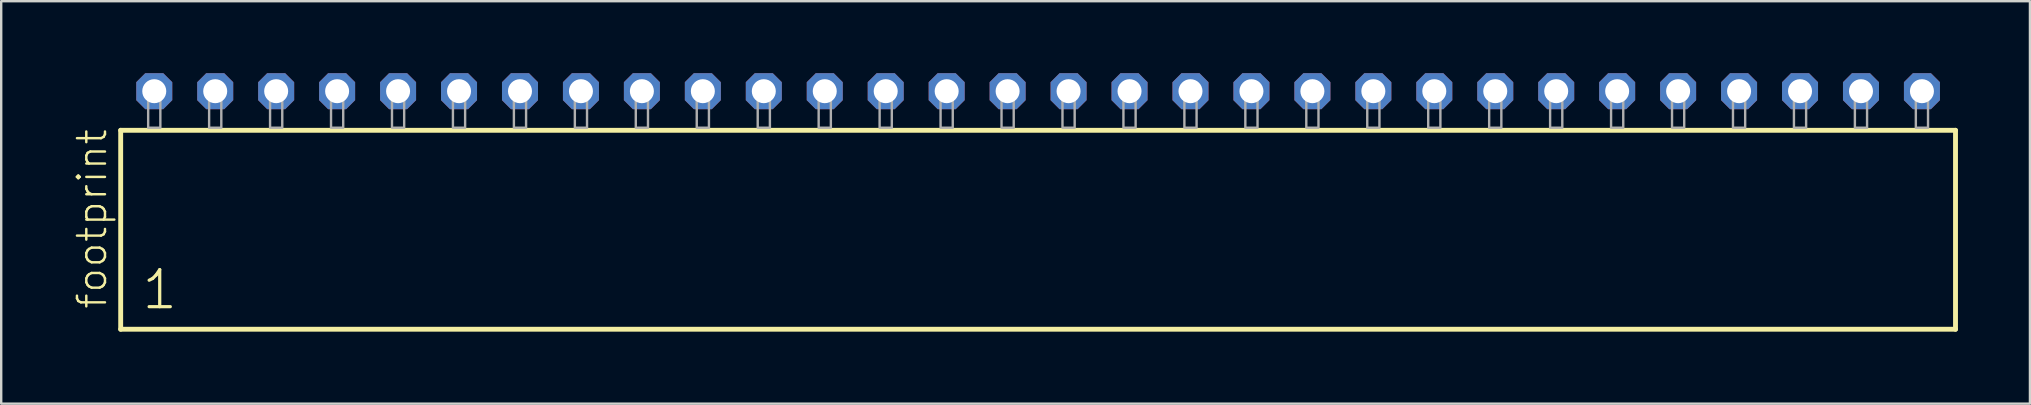
<source format=kicad_pcb>
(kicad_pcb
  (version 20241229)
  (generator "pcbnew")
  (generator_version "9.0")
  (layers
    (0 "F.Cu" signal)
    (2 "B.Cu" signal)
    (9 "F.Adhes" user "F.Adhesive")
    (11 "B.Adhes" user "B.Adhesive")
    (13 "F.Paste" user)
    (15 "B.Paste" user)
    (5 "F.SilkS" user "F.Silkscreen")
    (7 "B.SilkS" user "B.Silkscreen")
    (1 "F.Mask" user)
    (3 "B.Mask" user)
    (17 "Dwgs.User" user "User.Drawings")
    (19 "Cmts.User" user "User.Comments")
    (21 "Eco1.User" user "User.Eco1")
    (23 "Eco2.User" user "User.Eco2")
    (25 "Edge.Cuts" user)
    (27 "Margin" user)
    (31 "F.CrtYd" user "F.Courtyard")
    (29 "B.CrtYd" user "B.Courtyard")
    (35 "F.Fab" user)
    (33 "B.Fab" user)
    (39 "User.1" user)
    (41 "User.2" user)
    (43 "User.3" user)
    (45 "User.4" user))
  (footprint "footprint"
    (layer "F.Cu")
    (at 40.208 2.274)
    (property "Reference" "footprint" (at -38.735 7.62 90) (layer "F.SilkS") (effects (font (size 1.168 1.168) (thickness 0.102)) (justify left bottom)))
    (fp_line (start -38.229 0.106) (end -38.229 8.396) (stroke (width 0.203) (type solid)) (layer "F.SilkS"))
    (fp_line (start -38.229 8.396) (end 38.229 8.396) (stroke (width 0.203) (type solid)) (layer "F.SilkS"))
    (fp_line (start 38.229 0.106) (end -38.229 0.106) (stroke (width 0.203) (type solid)) (layer "F.SilkS"))
    (fp_line (start 38.229 8.396) (end 38.229 0.106) (stroke (width 0.203) (type solid)) (layer "F.SilkS"))
    (fp_poly (pts (xy -37.084 0) (xy -36.576 0) (xy -36.576 -1.778) (xy -37.084 -1.778)) (stroke (width 0.1) (type solid)) (fill no) (layer "F.Fab"))
    (fp_poly (pts (xy -34.544 0) (xy -34.036 0) (xy -34.036 -1.778) (xy -34.544 -1.778)) (stroke (width 0.1) (type solid)) (fill no) (layer "F.Fab"))
    (fp_poly (pts (xy -32.004 0) (xy -31.496 0) (xy -31.496 -1.778) (xy -32.004 -1.778)) (stroke (width 0.1) (type solid)) (fill no) (layer "F.Fab"))
    (fp_poly (pts (xy -29.464 0) (xy -28.956 0) (xy -28.956 -1.778) (xy -29.464 -1.778)) (stroke (width 0.1) (type solid)) (fill no) (layer "F.Fab"))
    (fp_poly (pts (xy -26.924 0) (xy -26.416 0) (xy -26.416 -1.778) (xy -26.924 -1.778)) (stroke (width 0.1) (type solid)) (fill no) (layer "F.Fab"))
    (fp_poly (pts (xy -24.384 0) (xy -23.876 0) (xy -23.876 -1.778) (xy -24.384 -1.778)) (stroke (width 0.1) (type solid)) (fill no) (layer "F.Fab"))
    (fp_poly (pts (xy -21.844 0) (xy -21.336 0) (xy -21.336 -1.778) (xy -21.844 -1.778)) (stroke (width 0.1) (type solid)) (fill no) (layer "F.Fab"))
    (fp_poly (pts (xy -19.304 0) (xy -18.796 0) (xy -18.796 -1.778) (xy -19.304 -1.778)) (stroke (width 0.1) (type solid)) (fill no) (layer "F.Fab"))
    (fp_poly (pts (xy -16.764 0) (xy -16.256 0) (xy -16.256 -1.778) (xy -16.764 -1.778)) (stroke (width 0.1) (type solid)) (fill no) (layer "F.Fab"))
    (fp_poly (pts (xy -14.224 0) (xy -13.716 0) (xy -13.716 -1.778) (xy -14.224 -1.778)) (stroke (width 0.1) (type solid)) (fill no) (layer "F.Fab"))
    (fp_poly (pts (xy -11.684 0) (xy -11.176 0) (xy -11.176 -1.778) (xy -11.684 -1.778)) (stroke (width 0.1) (type solid)) (fill no) (layer "F.Fab"))
    (fp_poly (pts (xy -9.144 0) (xy -8.636 0) (xy -8.636 -1.778) (xy -9.144 -1.778)) (stroke (width 0.1) (type solid)) (fill no) (layer "F.Fab"))
    (fp_poly (pts (xy -6.604 0) (xy -6.096 0) (xy -6.096 -1.778) (xy -6.604 -1.778)) (stroke (width 0.1) (type solid)) (fill no) (layer "F.Fab"))
    (fp_poly (pts (xy -4.064 0) (xy -3.556 0) (xy -3.556 -1.778) (xy -4.064 -1.778)) (stroke (width 0.1) (type solid)) (fill no) (layer "F.Fab"))
    (fp_poly (pts (xy -1.524 0) (xy -1.016 0) (xy -1.016 -1.778) (xy -1.524 -1.778)) (stroke (width 0.1) (type solid)) (fill no) (layer "F.Fab"))
    (fp_poly (pts (xy 1.016 0) (xy 1.524 0) (xy 1.524 -1.778) (xy 1.016 -1.778)) (stroke (width 0.1) (type solid)) (fill no) (layer "F.Fab"))
    (fp_poly (pts (xy 3.556 0) (xy 4.064 0) (xy 4.064 -1.778) (xy 3.556 -1.778)) (stroke (width 0.1) (type solid)) (fill no) (layer "F.Fab"))
    (fp_poly (pts (xy 6.096 0) (xy 6.604 0) (xy 6.604 -1.778) (xy 6.096 -1.778)) (stroke (width 0.1) (type solid)) (fill no) (layer "F.Fab"))
    (fp_poly (pts (xy 8.636 0) (xy 9.144 0) (xy 9.144 -1.778) (xy 8.636 -1.778)) (stroke (width 0.1) (type solid)) (fill no) (layer "F.Fab"))
    (fp_poly (pts (xy 11.176 0) (xy 11.684 0) (xy 11.684 -1.778) (xy 11.176 -1.778)) (stroke (width 0.1) (type solid)) (fill no) (layer "F.Fab"))
    (fp_poly (pts (xy 13.716 0) (xy 14.224 0) (xy 14.224 -1.778) (xy 13.716 -1.778)) (stroke (width 0.1) (type solid)) (fill no) (layer "F.Fab"))
    (fp_poly (pts (xy 16.256 0) (xy 16.764 0) (xy 16.764 -1.778) (xy 16.256 -1.778)) (stroke (width 0.1) (type solid)) (fill no) (layer "F.Fab"))
    (fp_poly (pts (xy 18.796 0) (xy 19.304 0) (xy 19.304 -1.778) (xy 18.796 -1.778)) (stroke (width 0.1) (type solid)) (fill no) (layer "F.Fab"))
    (fp_poly (pts (xy 21.336 0) (xy 21.844 0) (xy 21.844 -1.778) (xy 21.336 -1.778)) (stroke (width 0.1) (type solid)) (fill no) (layer "F.Fab"))
    (fp_poly (pts (xy 23.876 0) (xy 24.384 0) (xy 24.384 -1.778) (xy 23.876 -1.778)) (stroke (width 0.1) (type solid)) (fill no) (layer "F.Fab"))
    (fp_poly (pts (xy 26.416 0) (xy 26.924 0) (xy 26.924 -1.778) (xy 26.416 -1.778)) (stroke (width 0.1) (type solid)) (fill no) (layer "F.Fab"))
    (fp_poly (pts (xy 28.956 0) (xy 29.464 0) (xy 29.464 -1.778) (xy 28.956 -1.778)) (stroke (width 0.1) (type solid)) (fill no) (layer "F.Fab"))
    (fp_poly (pts (xy 31.496 0) (xy 32.004 0) (xy 32.004 -1.778) (xy 31.496 -1.778)) (stroke (width 0.1) (type solid)) (fill no) (layer "F.Fab"))
    (fp_poly (pts (xy 34.036 0) (xy 34.544 0) (xy 34.544 -1.778) (xy 34.036 -1.778)) (stroke (width 0.1) (type solid)) (fill no) (layer "F.Fab"))
    (fp_poly (pts (xy 36.576 0) (xy 37.084 0) (xy 37.084 -1.778) (xy 36.576 -1.778)) (stroke (width 0.1) (type solid)) (fill no) (layer "F.Fab"))
    (fp_text user "1" (at -37.425 7.65 0) (layer "F.SilkS") (effects (font (size 1.542 1.542) (thickness 0.134)) (justify left bottom)))
    (pad "1" thru_hole roundrect (at -36.83 -1.524) (size 1.5 1.5) (drill 1) (layers "*.Cu" "*.Mask") (roundrect_rratio 0.25) (chamfer_ratio 0.25) (chamfer top_left top_right bottom_left bottom_right))
    (pad "2" thru_hole roundrect (at -34.29 -1.524) (size 1.5 1.5) (drill 1) (layers "*.Cu" "*.Mask") (roundrect_rratio 0.25) (chamfer_ratio 0.25) (chamfer top_left top_right bottom_left bottom_right))
    (pad "3" thru_hole roundrect (at -31.75 -1.524) (size 1.5 1.5) (drill 1) (layers "*.Cu" "*.Mask") (roundrect_rratio 0.25) (chamfer_ratio 0.25) (chamfer top_left top_right bottom_left bottom_right))
    (pad "4" thru_hole roundrect (at -29.21 -1.524) (size 1.5 1.5) (drill 1) (layers "*.Cu" "*.Mask") (roundrect_rratio 0.25) (chamfer_ratio 0.25) (chamfer top_left top_right bottom_left bottom_right))
    (pad "5" thru_hole roundrect (at -26.67 -1.524) (size 1.5 1.5) (drill 1) (layers "*.Cu" "*.Mask") (roundrect_rratio 0.25) (chamfer_ratio 0.25) (chamfer top_left top_right bottom_left bottom_right))
    (pad "6" thru_hole roundrect (at -24.13 -1.524) (size 1.5 1.5) (drill 1) (layers "*.Cu" "*.Mask") (roundrect_rratio 0.25) (chamfer_ratio 0.25) (chamfer top_left top_right bottom_left bottom_right))
    (pad "7" thru_hole roundrect (at -21.59 -1.524) (size 1.5 1.5) (drill 1) (layers "*.Cu" "*.Mask") (roundrect_rratio 0.25) (chamfer_ratio 0.25) (chamfer top_left top_right bottom_left bottom_right))
    (pad "8" thru_hole roundrect (at -19.05 -1.524) (size 1.5 1.5) (drill 1) (layers "*.Cu" "*.Mask") (roundrect_rratio 0.25) (chamfer_ratio 0.25) (chamfer top_left top_right bottom_left bottom_right))
    (pad "9" thru_hole roundrect (at -16.51 -1.524) (size 1.5 1.5) (drill 1) (layers "*.Cu" "*.Mask") (roundrect_rratio 0.25) (chamfer_ratio 0.25) (chamfer top_left top_right bottom_left bottom_right))
    (pad "10" thru_hole roundrect (at -13.97 -1.524) (size 1.5 1.5) (drill 1) (layers "*.Cu" "*.Mask") (roundrect_rratio 0.25) (chamfer_ratio 0.25) (chamfer top_left top_right bottom_left bottom_right))
    (pad "11" thru_hole roundrect (at -11.43 -1.524) (size 1.5 1.5) (drill 1) (layers "*.Cu" "*.Mask") (roundrect_rratio 0.25) (chamfer_ratio 0.25) (chamfer top_left top_right bottom_left bottom_right))
    (pad "12" thru_hole roundrect (at -8.89 -1.524) (size 1.5 1.5) (drill 1) (layers "*.Cu" "*.Mask") (roundrect_rratio 0.25) (chamfer_ratio 0.25) (chamfer top_left top_right bottom_left bottom_right))
    (pad "13" thru_hole roundrect (at -6.35 -1.524) (size 1.5 1.5) (drill 1) (layers "*.Cu" "*.Mask") (roundrect_rratio 0.25) (chamfer_ratio 0.25) (chamfer top_left top_right bottom_left bottom_right))
    (pad "14" thru_hole roundrect (at -3.81 -1.524) (size 1.5 1.5) (drill 1) (layers "*.Cu" "*.Mask") (roundrect_rratio 0.25) (chamfer_ratio 0.25) (chamfer top_left top_right bottom_left bottom_right))
    (pad "15" thru_hole roundrect (at -1.27 -1.524) (size 1.5 1.5) (drill 1) (layers "*.Cu" "*.Mask") (roundrect_rratio 0.25) (chamfer_ratio 0.25) (chamfer top_left top_right bottom_left bottom_right))
    (pad "16" thru_hole roundrect (at 1.27 -1.524) (size 1.5 1.5) (drill 1) (layers "*.Cu" "*.Mask") (roundrect_rratio 0.25) (chamfer_ratio 0.25) (chamfer top_left top_right bottom_left bottom_right))
    (pad "17" thru_hole roundrect (at 3.81 -1.524) (size 1.5 1.5) (drill 1) (layers "*.Cu" "*.Mask") (roundrect_rratio 0.25) (chamfer_ratio 0.25) (chamfer top_left top_right bottom_left bottom_right))
    (pad "18" thru_hole roundrect (at 6.35 -1.524) (size 1.5 1.5) (drill 1) (layers "*.Cu" "*.Mask") (roundrect_rratio 0.25) (chamfer_ratio 0.25) (chamfer top_left top_right bottom_left bottom_right))
    (pad "19" thru_hole roundrect (at 8.89 -1.524) (size 1.5 1.5) (drill 1) (layers "*.Cu" "*.Mask") (roundrect_rratio 0.25) (chamfer_ratio 0.25) (chamfer top_left top_right bottom_left bottom_right))
    (pad "20" thru_hole roundrect (at 11.43 -1.524) (size 1.5 1.5) (drill 1) (layers "*.Cu" "*.Mask") (roundrect_rratio 0.25) (chamfer_ratio 0.25) (chamfer top_left top_right bottom_left bottom_right))
    (pad "21" thru_hole roundrect (at 13.97 -1.524) (size 1.5 1.5) (drill 1) (layers "*.Cu" "*.Mask") (roundrect_rratio 0.25) (chamfer_ratio 0.25) (chamfer top_left top_right bottom_left bottom_right))
    (pad "22" thru_hole roundrect (at 16.51 -1.524) (size 1.5 1.5) (drill 1) (layers "*.Cu" "*.Mask") (roundrect_rratio 0.25) (chamfer_ratio 0.25) (chamfer top_left top_right bottom_left bottom_right))
    (pad "23" thru_hole roundrect (at 19.05 -1.524) (size 1.5 1.5) (drill 1) (layers "*.Cu" "*.Mask") (roundrect_rratio 0.25) (chamfer_ratio 0.25) (chamfer top_left top_right bottom_left bottom_right))
    (pad "24" thru_hole roundrect (at 21.59 -1.524) (size 1.5 1.5) (drill 1) (layers "*.Cu" "*.Mask") (roundrect_rratio 0.25) (chamfer_ratio 0.25) (chamfer top_left top_right bottom_left bottom_right))
    (pad "25" thru_hole roundrect (at 24.13 -1.524) (size 1.5 1.5) (drill 1) (layers "*.Cu" "*.Mask") (roundrect_rratio 0.25) (chamfer_ratio 0.25) (chamfer top_left top_right bottom_left bottom_right))
    (pad "26" thru_hole roundrect (at 26.67 -1.524) (size 1.5 1.5) (drill 1) (layers "*.Cu" "*.Mask") (roundrect_rratio 0.25) (chamfer_ratio 0.25) (chamfer top_left top_right bottom_left bottom_right))
    (pad "27" thru_hole roundrect (at 29.21 -1.524) (size 1.5 1.5) (drill 1) (layers "*.Cu" "*.Mask") (roundrect_rratio 0.25) (chamfer_ratio 0.25) (chamfer top_left top_right bottom_left bottom_right))
    (pad "28" thru_hole roundrect (at 31.75 -1.524) (size 1.5 1.5) (drill 1) (layers "*.Cu" "*.Mask") (roundrect_rratio 0.25) (chamfer_ratio 0.25) (chamfer top_left top_right bottom_left bottom_right))
    (pad "29" thru_hole roundrect (at 34.29 -1.524) (size 1.5 1.5) (drill 1) (layers "*.Cu" "*.Mask") (roundrect_rratio 0.25) (chamfer_ratio 0.25) (chamfer top_left top_right bottom_left bottom_right))
    (pad "30" thru_hole roundrect (at 36.83 -1.524) (size 1.5 1.5) (drill 1) (layers "*.Cu" "*.Mask") (roundrect_rratio 0.25) (chamfer_ratio 0.25) (chamfer top_left top_right bottom_left bottom_right)))
  (gr_rect
    (start -3 -3)
    (end 81.539 13.772)
    (stroke (width 0.1) (type default))
    (fill no)
    (layer "Edge.Cuts")))
</source>
